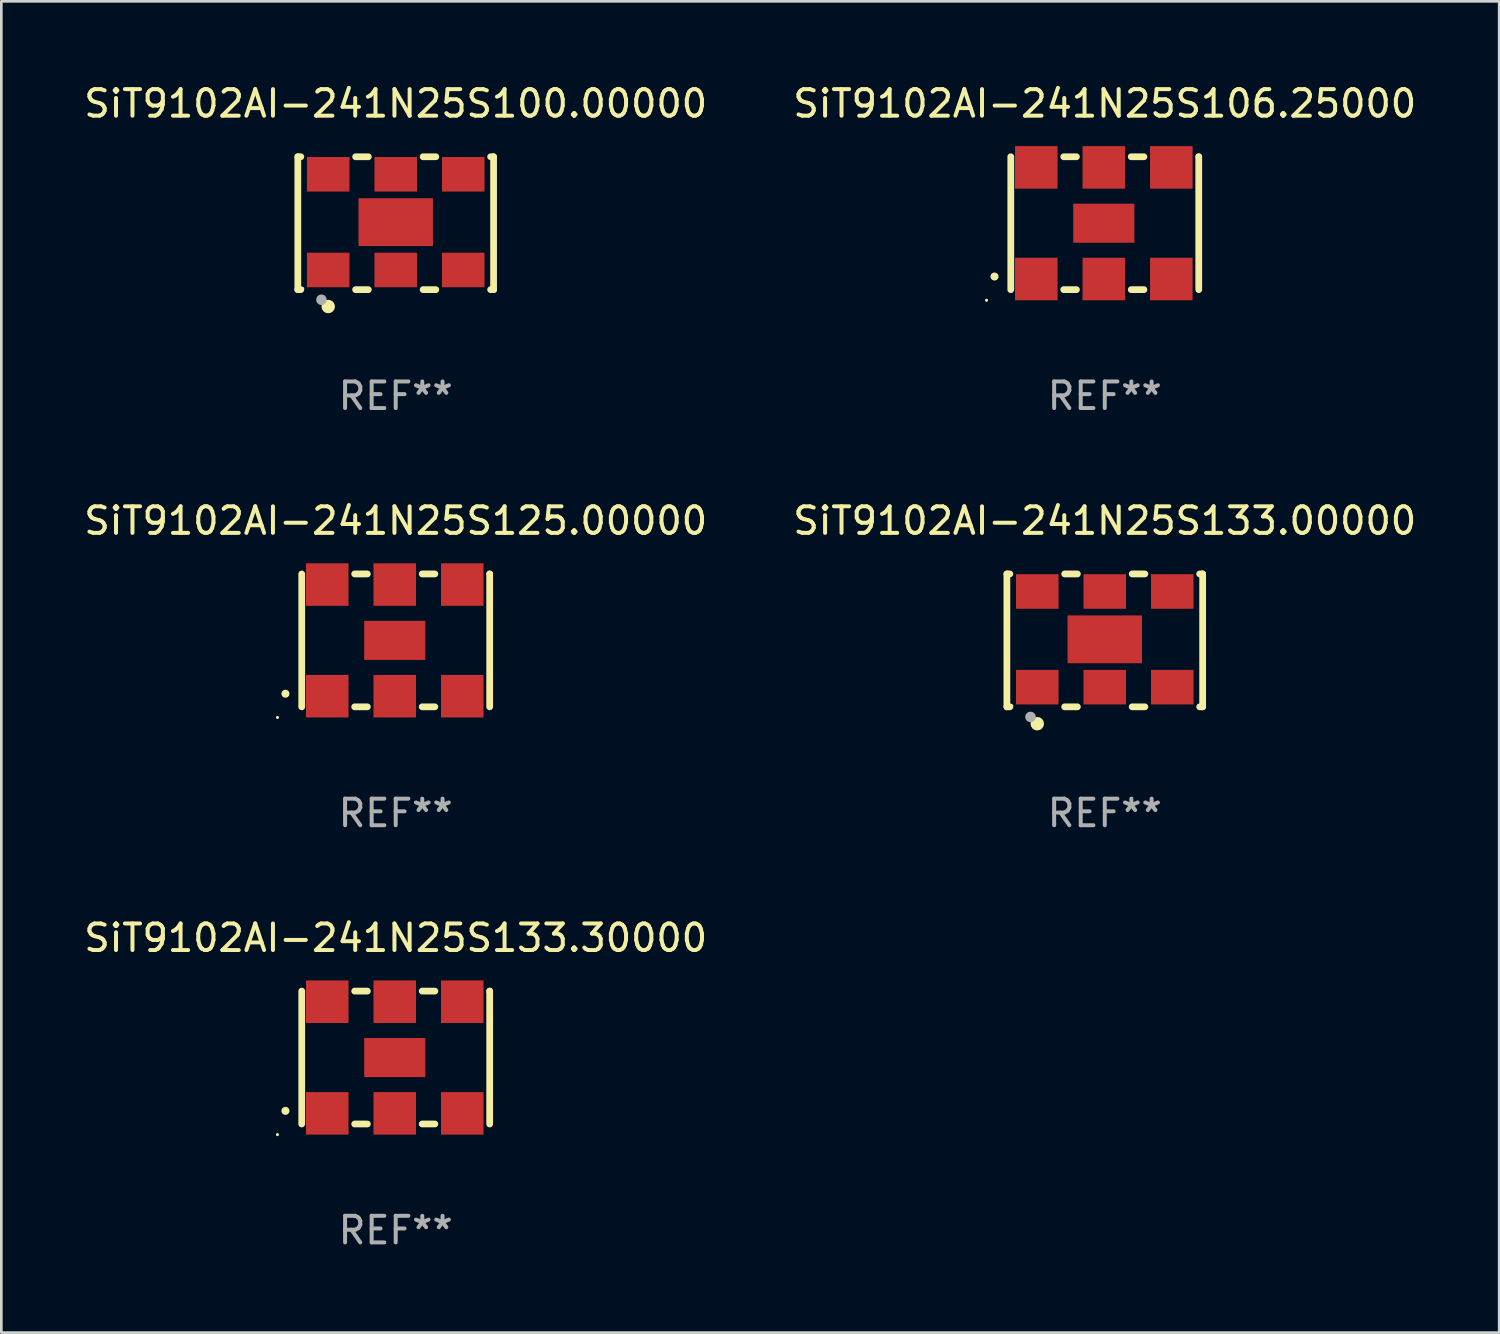
<source format=kicad_pcb>
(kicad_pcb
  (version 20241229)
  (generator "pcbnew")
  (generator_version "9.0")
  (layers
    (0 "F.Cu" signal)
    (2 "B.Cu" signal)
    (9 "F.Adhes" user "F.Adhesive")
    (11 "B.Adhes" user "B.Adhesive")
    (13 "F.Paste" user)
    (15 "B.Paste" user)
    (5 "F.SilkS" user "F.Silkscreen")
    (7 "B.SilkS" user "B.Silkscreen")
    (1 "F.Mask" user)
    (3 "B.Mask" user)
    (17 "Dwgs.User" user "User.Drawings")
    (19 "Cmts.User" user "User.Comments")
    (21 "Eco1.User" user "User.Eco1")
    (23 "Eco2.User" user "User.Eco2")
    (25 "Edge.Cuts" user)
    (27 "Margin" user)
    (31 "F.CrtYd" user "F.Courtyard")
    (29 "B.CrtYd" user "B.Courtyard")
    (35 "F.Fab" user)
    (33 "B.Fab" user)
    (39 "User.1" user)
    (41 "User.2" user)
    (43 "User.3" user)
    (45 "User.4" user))
  (footprint "SiT9102AI-241N25S125.00000"
    (layer "F.Cu")
    (at 11.839 21.045)
    (property "Reference" "SiT9102AI-241N25S125.00000" (at 0 -4.5 0) (layer "F.SilkS") (effects (font (size 1 1) (thickness 0.15))))
    (attr through_hole)
    (fp_line (start -3.536 -2.5) (end -3.536 2.5) (stroke (width 0.254) (type solid)) (layer "F.SilkS"))
    (fp_line (start -1.544 2.5) (end -1.067 2.5) (stroke (width 0.254) (type solid)) (layer "F.SilkS"))
    (fp_line (start -1.067 -2.5) (end -1.544 -2.5) (stroke (width 0.254) (type solid)) (layer "F.SilkS"))
    (fp_line (start 0.996 2.5) (end 1.473 2.5) (stroke (width 0.254) (type solid)) (layer "F.SilkS"))
    (fp_line (start 1.473 -2.5) (end 0.996 -2.5) (stroke (width 0.254) (type solid)) (layer "F.SilkS"))
    (fp_line (start 3.536 -2.5) (end 3.536 -2.5) (stroke (width 0.254) (type solid)) (layer "F.SilkS"))
    (fp_line (start 3.536 2.5) (end 3.536 -2.5) (stroke (width 0.254) (type solid)) (layer "F.SilkS"))
    (fp_arc (start -4.150432 2.006604) (mid -4.149162 2.006599) (end -4.147892 2.006604) (stroke (width 0.3) (type solid)) (layer "F.SilkS"))
    (fp_circle (center -4.449 2.9) (end -4.419 2.9) (stroke (width 0.06) (type solid)) (fill no) (layer "F.SilkS"))
    (fp_text user "REF**" (at 0 6.5 0) (layer "F.Fab") (effects (font (size 1 1) (thickness 0.15))))
    (pad "1" smd rect (at -2.576 2.1) (size 1.6 1.6) (layers "F.Cu" "F.Mask" "F.Paste"))
    (pad "2" smd rect (at -0.036 2.1) (size 1.6 1.6) (layers "F.Cu" "F.Mask" "F.Paste"))
    (pad "3" smd rect (at 2.504 2.1) (size 1.6 1.6) (layers "F.Cu" "F.Mask" "F.Paste"))
    (pad "4" smd rect (at 2.504 -2.1) (size 1.6 1.6) (layers "F.Cu" "F.Mask" "F.Paste"))
    (pad "5" smd rect (at -0.036 -2.1) (size 1.6 1.6) (layers "F.Cu" "F.Mask" "F.Paste"))
    (pad "6" smd rect (at -2.576 -2.1) (size 1.6 1.6) (layers "F.Cu" "F.Mask" "F.Paste"))
    (pad "7" smd rect (at -0.036 0) (size 2.3 1.47) (layers "F.Cu" "F.Mask" "F.Paste")))
  (footprint "SiT9102AI-241N25S106.25000"
    (layer "F.Cu")
    (at 38.518 5.348)
    (property "Reference" "SiT9102AI-241N25S106.25000" (at 0 -4.5 0) (layer "F.SilkS") (effects (font (size 1 1) (thickness 0.15))))
    (attr through_hole)
    (fp_line (start -3.536 -2.5) (end -3.536 2.5) (stroke (width 0.254) (type solid)) (layer "F.SilkS"))
    (fp_line (start -1.544 2.5) (end -1.067 2.5) (stroke (width 0.254) (type solid)) (layer "F.SilkS"))
    (fp_line (start -1.067 -2.5) (end -1.544 -2.5) (stroke (width 0.254) (type solid)) (layer "F.SilkS"))
    (fp_line (start 0.996 2.5) (end 1.473 2.5) (stroke (width 0.254) (type solid)) (layer "F.SilkS"))
    (fp_line (start 1.473 -2.5) (end 0.996 -2.5) (stroke (width 0.254) (type solid)) (layer "F.SilkS"))
    (fp_line (start 3.536 -2.5) (end 3.536 -2.5) (stroke (width 0.254) (type solid)) (layer "F.SilkS"))
    (fp_line (start 3.536 2.5) (end 3.536 -2.5) (stroke (width 0.254) (type solid)) (layer "F.SilkS"))
    (fp_arc (start -4.150432 2.006604) (mid -4.149162 2.006599) (end -4.147892 2.006604) (stroke (width 0.3) (type solid)) (layer "F.SilkS"))
    (fp_circle (center -4.449 2.9) (end -4.419 2.9) (stroke (width 0.06) (type solid)) (fill no) (layer "F.SilkS"))
    (fp_text user "REF**" (at 0 6.5 0) (layer "F.Fab") (effects (font (size 1 1) (thickness 0.15))))
    (pad "1" smd rect (at -2.576 2.1) (size 1.6 1.6) (layers "F.Cu" "F.Mask" "F.Paste"))
    (pad "2" smd rect (at -0.036 2.1) (size 1.6 1.6) (layers "F.Cu" "F.Mask" "F.Paste"))
    (pad "3" smd rect (at 2.504 2.1) (size 1.6 1.6) (layers "F.Cu" "F.Mask" "F.Paste"))
    (pad "4" smd rect (at 2.504 -2.1) (size 1.6 1.6) (layers "F.Cu" "F.Mask" "F.Paste"))
    (pad "5" smd rect (at -0.036 -2.1) (size 1.6 1.6) (layers "F.Cu" "F.Mask" "F.Paste"))
    (pad "6" smd rect (at -2.576 -2.1) (size 1.6 1.6) (layers "F.Cu" "F.Mask" "F.Paste"))
    (pad "7" smd rect (at -0.036 0) (size 2.3 1.47) (layers "F.Cu" "F.Mask" "F.Paste")))
  (footprint "SiT9102AI-241N25S133.00000"
    (layer "F.Cu")
    (at 38.518 21.045)
    (property "Reference" "SiT9102AI-241N25S133.00000" (at 0 -4.5 0) (layer "F.SilkS") (effects (font (size 1 1) (thickness 0.15))))
    (attr through_hole)
    (fp_line (start -3.683 -2.5) (end -3.571 -2.5) (stroke (width 0.254) (type solid)) (layer "F.SilkS"))
    (fp_line (start -3.683 2.5) (end -3.683 -2.5) (stroke (width 0.254) (type solid)) (layer "F.SilkS"))
    (fp_line (start -3.683 2.5) (end -3.571 2.5) (stroke (width 0.254) (type solid)) (layer "F.SilkS"))
    (fp_line (start -1.509 -2.5) (end -1.031 -2.5) (stroke (width 0.254) (type solid)) (layer "F.SilkS"))
    (fp_line (start -1.509 2.5) (end -1.031 2.5) (stroke (width 0.254) (type solid)) (layer "F.SilkS"))
    (fp_line (start 1.031 -2.5) (end 1.509 -2.5) (stroke (width 0.254) (type solid)) (layer "F.SilkS"))
    (fp_line (start 1.031 2.5) (end 1.509 2.5) (stroke (width 0.254) (type solid)) (layer "F.SilkS"))
    (fp_line (start 3.571 -2.5) (end 3.683 -2.5) (stroke (width 0.254) (type solid)) (layer "F.SilkS"))
    (fp_line (start 3.571 2.5) (end 3.683 2.5) (stroke (width 0.254) (type solid)) (layer "F.SilkS"))
    (fp_line (start 3.683 2.5) (end 3.683 -2.5) (stroke (width 0.254) (type solid)) (layer "F.SilkS"))
    (fp_circle (center -3.5 2.46) (end -3.47 2.46) (stroke (width 0.06) (type solid)) (fill no) (layer "F.SilkS"))
    (fp_circle (center -2.54 3.135) (end -2.413 3.135) (stroke (width 0.254) (type solid)) (fill no) (layer "F.SilkS"))
    (fp_circle (center -2.794 2.881) (end -2.694 2.881) (stroke (width 0.2) (type solid)) (fill no) (layer "F.Fab"))
    (fp_text user "REF**" (at 0 6.5 0) (layer "F.Fab") (effects (font (size 1 1) (thickness 0.15))))
    (pad "1" smd rect (at -2.54 1.76) (size 1.6 1.3) (layers "F.Cu" "F.Mask" "F.Paste"))
    (pad "2" smd rect (at 0 1.76) (size 1.6 1.3) (layers "F.Cu" "F.Mask" "F.Paste"))
    (pad "3" smd rect (at 2.54 1.76) (size 1.6 1.3) (layers "F.Cu" "F.Mask" "F.Paste"))
    (pad "4" smd rect (at 2.54 -1.84) (size 1.6 1.3) (layers "F.Cu" "F.Mask" "F.Paste"))
    (pad "5" smd rect (at 0 -1.84) (size 1.6 1.3) (layers "F.Cu" "F.Mask" "F.Paste"))
    (pad "6" smd rect (at -2.54 -1.84) (size 1.6 1.3) (layers "F.Cu" "F.Mask" "F.Paste"))
    (pad "7" smd rect (at 0 -0.04) (size 2.8 1.8) (layers "F.Cu" "F.Mask" "F.Paste")))
  (footprint "SiT9102AI-241N25S133.30000"
    (layer "F.Cu")
    (at 11.839 36.741)
    (property "Reference" "SiT9102AI-241N25S133.30000" (at 0 -4.5 0) (layer "F.SilkS") (effects (font (size 1 1) (thickness 0.15))))
    (attr through_hole)
    (fp_line (start -3.536 -2.5) (end -3.536 2.5) (stroke (width 0.254) (type solid)) (layer "F.SilkS"))
    (fp_line (start -1.544 2.5) (end -1.067 2.5) (stroke (width 0.254) (type solid)) (layer "F.SilkS"))
    (fp_line (start -1.067 -2.5) (end -1.544 -2.5) (stroke (width 0.254) (type solid)) (layer "F.SilkS"))
    (fp_line (start 0.996 2.5) (end 1.473 2.5) (stroke (width 0.254) (type solid)) (layer "F.SilkS"))
    (fp_line (start 1.473 -2.5) (end 0.996 -2.5) (stroke (width 0.254) (type solid)) (layer "F.SilkS"))
    (fp_line (start 3.536 -2.5) (end 3.536 -2.5) (stroke (width 0.254) (type solid)) (layer "F.SilkS"))
    (fp_line (start 3.536 2.5) (end 3.536 -2.5) (stroke (width 0.254) (type solid)) (layer "F.SilkS"))
    (fp_arc (start -4.150432 2.006604) (mid -4.149162 2.006599) (end -4.147892 2.006604) (stroke (width 0.3) (type solid)) (layer "F.SilkS"))
    (fp_circle (center -4.449 2.9) (end -4.419 2.9) (stroke (width 0.06) (type solid)) (fill no) (layer "F.SilkS"))
    (fp_text user "REF**" (at 0 6.5 0) (layer "F.Fab") (effects (font (size 1 1) (thickness 0.15))))
    (pad "1" smd rect (at -2.576 2.1) (size 1.6 1.6) (layers "F.Cu" "F.Mask" "F.Paste"))
    (pad "2" smd rect (at -0.036 2.1) (size 1.6 1.6) (layers "F.Cu" "F.Mask" "F.Paste"))
    (pad "3" smd rect (at 2.504 2.1) (size 1.6 1.6) (layers "F.Cu" "F.Mask" "F.Paste"))
    (pad "4" smd rect (at 2.504 -2.1) (size 1.6 1.6) (layers "F.Cu" "F.Mask" "F.Paste"))
    (pad "5" smd rect (at -0.036 -2.1) (size 1.6 1.6) (layers "F.Cu" "F.Mask" "F.Paste"))
    (pad "6" smd rect (at -2.576 -2.1) (size 1.6 1.6) (layers "F.Cu" "F.Mask" "F.Paste"))
    (pad "7" smd rect (at -0.036 0) (size 2.3 1.47) (layers "F.Cu" "F.Mask" "F.Paste")))
  (footprint "SiT9102AI-241N25S100.00000"
    (layer "F.Cu")
    (at 11.839 5.348)
    (property "Reference" "SiT9102AI-241N25S100.00000" (at 0 -4.5 0) (layer "F.SilkS") (effects (font (size 1 1) (thickness 0.15))))
    (attr through_hole)
    (fp_line (start -3.683 -2.5) (end -3.571 -2.5) (stroke (width 0.254) (type solid)) (layer "F.SilkS"))
    (fp_line (start -3.683 2.5) (end -3.683 -2.5) (stroke (width 0.254) (type solid)) (layer "F.SilkS"))
    (fp_line (start -3.683 2.5) (end -3.571 2.5) (stroke (width 0.254) (type solid)) (layer "F.SilkS"))
    (fp_line (start -1.509 -2.5) (end -1.031 -2.5) (stroke (width 0.254) (type solid)) (layer "F.SilkS"))
    (fp_line (start -1.509 2.5) (end -1.031 2.5) (stroke (width 0.254) (type solid)) (layer "F.SilkS"))
    (fp_line (start 1.031 -2.5) (end 1.509 -2.5) (stroke (width 0.254) (type solid)) (layer "F.SilkS"))
    (fp_line (start 1.031 2.5) (end 1.509 2.5) (stroke (width 0.254) (type solid)) (layer "F.SilkS"))
    (fp_line (start 3.571 -2.5) (end 3.683 -2.5) (stroke (width 0.254) (type solid)) (layer "F.SilkS"))
    (fp_line (start 3.571 2.5) (end 3.683 2.5) (stroke (width 0.254) (type solid)) (layer "F.SilkS"))
    (fp_line (start 3.683 2.5) (end 3.683 -2.5) (stroke (width 0.254) (type solid)) (layer "F.SilkS"))
    (fp_circle (center -3.5 2.46) (end -3.47 2.46) (stroke (width 0.06) (type solid)) (fill no) (layer "F.SilkS"))
    (fp_circle (center -2.54 3.135) (end -2.413 3.135) (stroke (width 0.254) (type solid)) (fill no) (layer "F.SilkS"))
    (fp_circle (center -2.794 2.881) (end -2.694 2.881) (stroke (width 0.2) (type solid)) (fill no) (layer "F.Fab"))
    (fp_text user "REF**" (at 0 6.5 0) (layer "F.Fab") (effects (font (size 1 1) (thickness 0.15))))
    (pad "1" smd rect (at -2.54 1.76) (size 1.6 1.3) (layers "F.Cu" "F.Mask" "F.Paste"))
    (pad "2" smd rect (at 0 1.76) (size 1.6 1.3) (layers "F.Cu" "F.Mask" "F.Paste"))
    (pad "3" smd rect (at 2.54 1.76) (size 1.6 1.3) (layers "F.Cu" "F.Mask" "F.Paste"))
    (pad "4" smd rect (at 2.54 -1.84) (size 1.6 1.3) (layers "F.Cu" "F.Mask" "F.Paste"))
    (pad "5" smd rect (at 0 -1.84) (size 1.6 1.3) (layers "F.Cu" "F.Mask" "F.Paste"))
    (pad "6" smd rect (at -2.54 -1.84) (size 1.6 1.3) (layers "F.Cu" "F.Mask" "F.Paste"))
    (pad "7" smd rect (at 0 -0.04) (size 2.8 1.8) (layers "F.Cu" "F.Mask" "F.Paste")))
  (gr_rect
    (start -3 -3)
    (end 53.357 47.09)
    (stroke (width 0.1) (type default))
    (fill no)
    (layer "Edge.Cuts")))
</source>
